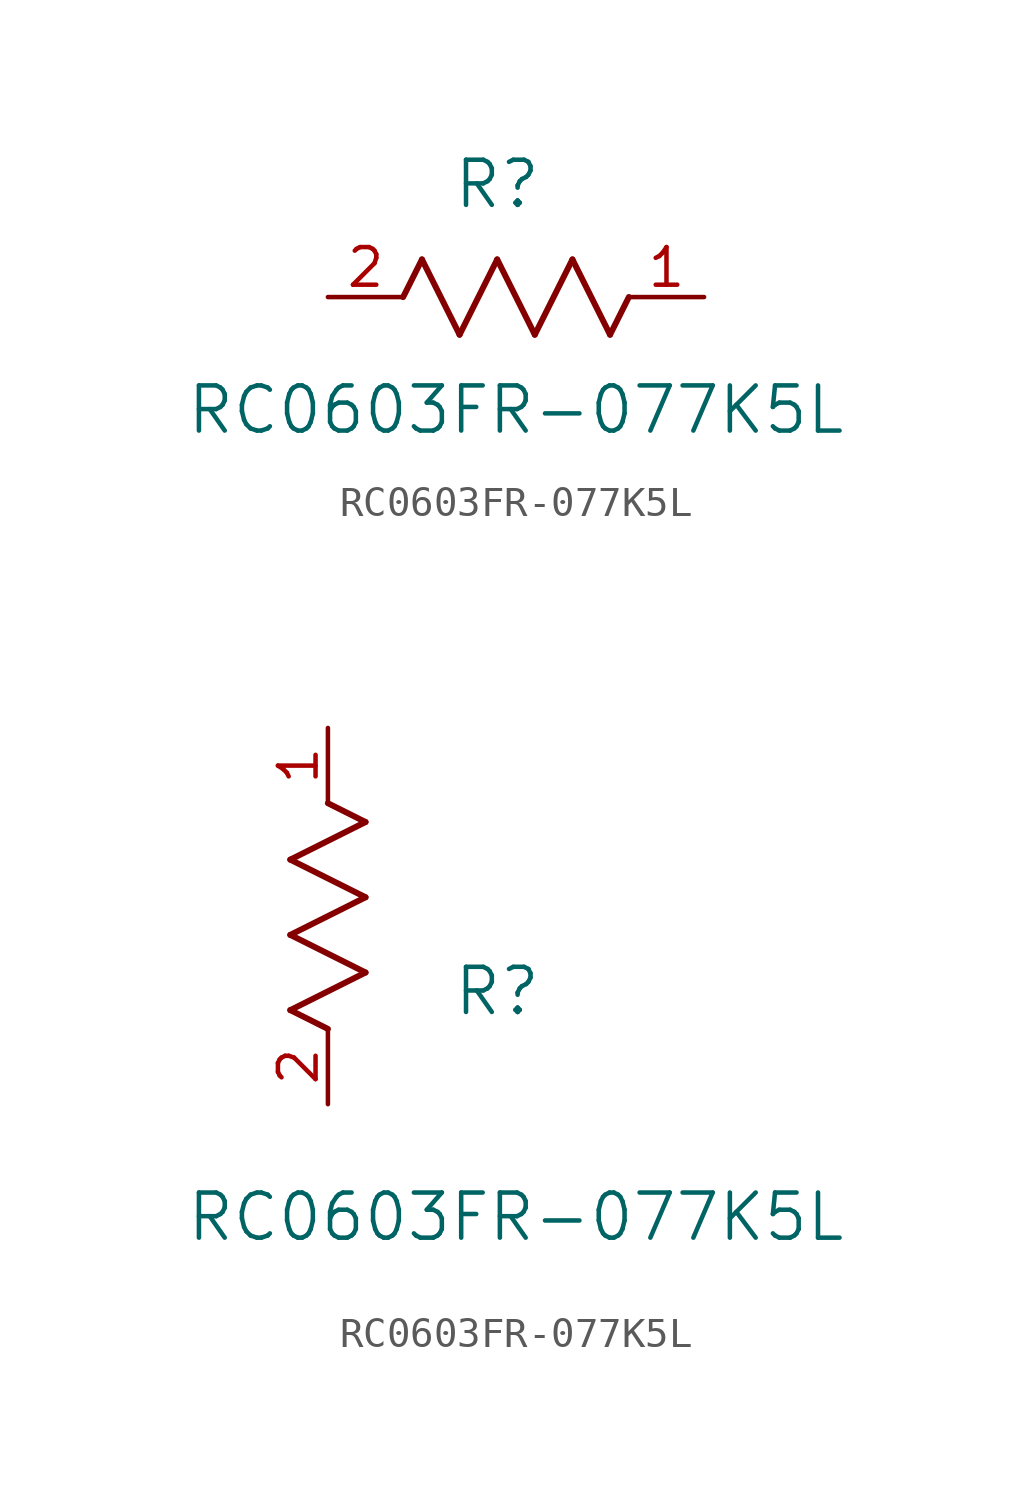
<source format=kicad_sym>
(kicad_symbol_lib
  (version 20211014)
  (generator kicad_symbol_editor)
  (symbol "RC0603FR-077K5L"
    (pin_names
      (offset 0.254))
    (property "Reference" "R"
      (at 5.715 3.81 0)
      (effects (font (size 1.524 1.524))))
    (property "Value" "RC0603FR-077K5L"
      (at 6.35 -3.81 0)
      (effects (font (size 1.524 1.524))))
    (symbol "RC0603FR-077K5L_1_1"
      (polyline (pts (xy 3.175 1.27) (xy 4.445 -1.27)) (stroke (width 0.203) (type default) (color 0 0 0 0)) (fill (type none)))
      (polyline (pts (xy 4.445 -1.27) (xy 5.715 1.27)) (stroke (width 0.203) (type default) (color 0 0 0 0)) (fill (type none)))
      (polyline (pts (xy 5.715 1.27) (xy 6.985 -1.27)) (stroke (width 0.203) (type default) (color 0 0 0 0)) (fill (type none)))
      (polyline (pts (xy 6.985 -1.27) (xy 8.255 1.27)) (stroke (width 0.203) (type default) (color 0 0 0 0)) (fill (type none)))
      (polyline (pts (xy 8.255 1.27) (xy 9.525 -1.27)) (stroke (width 0.203) (type default) (color 0 0 0 0)) (fill (type none)))
      (polyline (pts (xy 2.54 0) (xy 3.175 1.27)) (stroke (width 0.203) (type default) (color 0 0 0 0)) (fill (type none)))
      (polyline (pts (xy 9.525 -1.27) (xy 10.16 0)) (stroke (width 0.203) (type default) (color 0 0 0 0)) (fill (type none)))
      (pin unspecified line (at 12.7 0 180) (length 2.54) (name "" (effects (font (size 1.27 1.27)))) (number "1" (effects (font (size 1.27 1.27)))))
      (pin unspecified line (at 0 0 0) (length 2.54) (name "" (effects (font (size 1.27 1.27)))) (number "2" (effects (font (size 1.27 1.27))))))
    (symbol "RC0603FR-077K5L_1_2"
      (polyline (pts (xy 0 2.54) (xy -1.27 3.175)) (stroke (width 0.203) (type default) (color 0 0 0 0)) (fill (type none)))
      (polyline (pts (xy -1.27 3.175) (xy 1.27 4.445)) (stroke (width 0.203) (type default) (color 0 0 0 0)) (fill (type none)))
      (polyline (pts (xy 1.27 4.445) (xy -1.27 5.715)) (stroke (width 0.203) (type default) (color 0 0 0 0)) (fill (type none)))
      (polyline (pts (xy -1.27 5.715) (xy 1.27 6.985)) (stroke (width 0.203) (type default) (color 0 0 0 0)) (fill (type none)))
      (polyline (pts (xy -1.27 8.255) (xy 1.27 9.525)) (stroke (width 0.203) (type default) (color 0 0 0 0)) (fill (type none)))
      (polyline (pts (xy 1.27 9.525) (xy 0 10.16)) (stroke (width 0.203) (type default) (color 0 0 0 0)) (fill (type none)))
      (polyline (pts (xy 1.27 6.985) (xy -1.27 8.255)) (stroke (width 0.203) (type default) (color 0 0 0 0)) (fill (type none)))
      (pin unspecified line (at 0 12.7 270) (length 2.54) (name "" (effects (font (size 1.27 1.27)))) (number "1" (effects (font (size 1.27 1.27)))))
      (pin unspecified line (at 0 0 90) (length 2.54) (name "" (effects (font (size 1.27 1.27)))) (number "2" (effects (font (size 1.27 1.27))))))))
</source>
